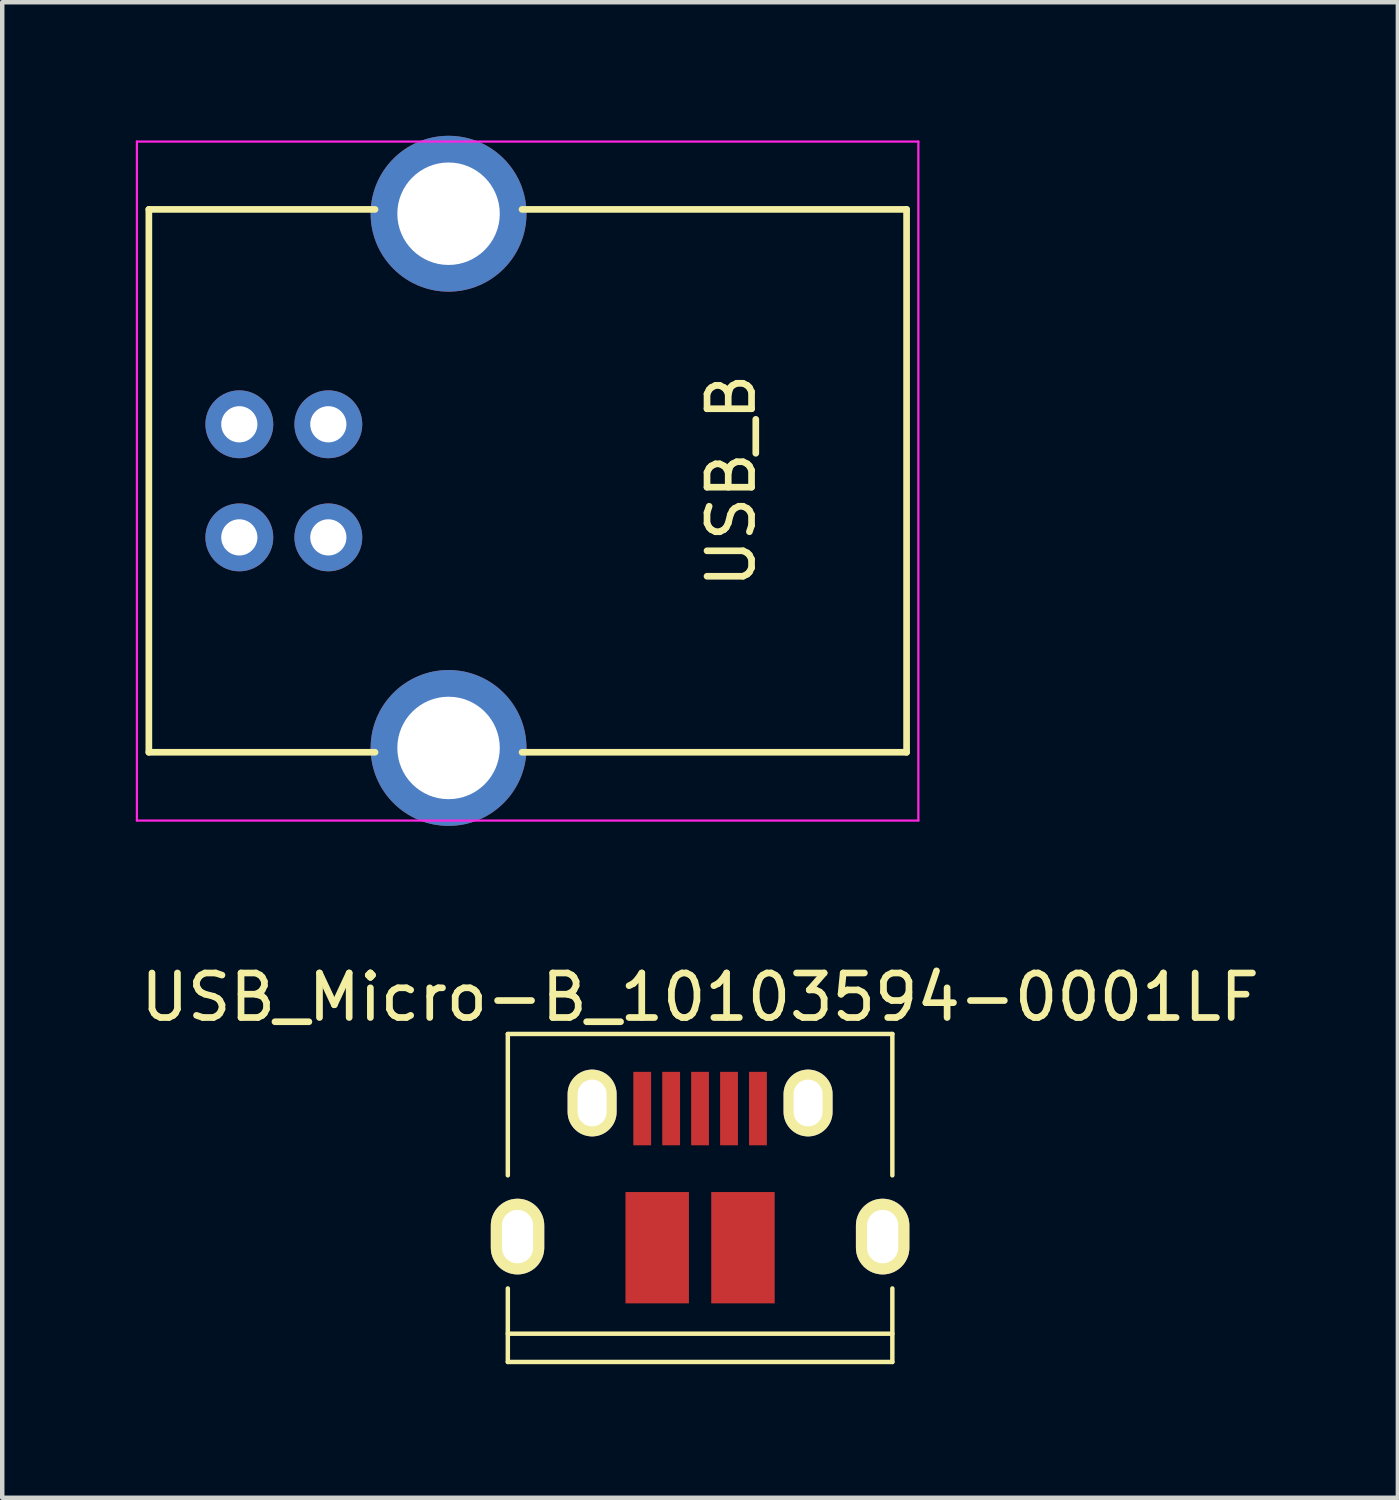
<source format=kicad_pcb>
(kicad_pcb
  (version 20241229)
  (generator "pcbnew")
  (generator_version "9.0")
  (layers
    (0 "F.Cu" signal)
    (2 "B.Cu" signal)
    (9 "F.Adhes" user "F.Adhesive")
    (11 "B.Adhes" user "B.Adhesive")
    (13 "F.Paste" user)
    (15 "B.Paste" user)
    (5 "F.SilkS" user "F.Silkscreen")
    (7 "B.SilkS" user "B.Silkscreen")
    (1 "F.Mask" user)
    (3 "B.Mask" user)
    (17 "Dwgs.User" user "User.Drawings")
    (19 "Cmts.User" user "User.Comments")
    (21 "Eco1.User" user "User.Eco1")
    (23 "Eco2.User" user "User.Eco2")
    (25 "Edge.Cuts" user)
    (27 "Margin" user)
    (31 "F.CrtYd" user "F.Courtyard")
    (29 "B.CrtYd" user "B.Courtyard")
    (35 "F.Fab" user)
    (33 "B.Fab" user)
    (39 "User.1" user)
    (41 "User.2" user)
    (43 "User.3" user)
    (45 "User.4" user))
  (footprint "USB_Micro-B_10103594-0001LF"
    (layer "F.Cu")
    (at 12.673 23.347)
    (property "Reference" "USB_Micro-B_10103594-0001LF" (at 0 -4 0) (layer "F.SilkS") (effects (font (size 1 1) (thickness 0.15))))
    (attr smd)
    (fp_line (start -4.318 -3.175) (end 4.318 -3.175) (stroke (width 0.1) (type solid)) (layer "F.SilkS"))
    (fp_line (start -4.318 0) (end -4.318 -3.175) (stroke (width 0.1) (type solid)) (layer "F.SilkS"))
    (fp_line (start -4.318 2.54) (end -4.318 4.191) (stroke (width 0.1) (type solid)) (layer "F.SilkS"))
    (fp_line (start -4.318 3.556) (end 4.318 3.556) (stroke (width 0.1) (type solid)) (layer "F.SilkS"))
    (fp_line (start -4.318 4.191) (end 4.318 4.191) (stroke (width 0.1) (type solid)) (layer "F.SilkS"))
    (fp_line (start 4.318 0) (end 4.318 -3.175) (stroke (width 0.1) (type solid)) (layer "F.SilkS"))
    (fp_line (start 4.318 2.54) (end 4.318 4.191) (stroke (width 0.1) (type solid)) (layer "F.SilkS"))
    (pad "1" smd rect (at -1.3 -1.5 90) (size 1.65 0.4) (layers "F.Cu" "F.Mask" "F.Paste"))
    (pad "2" smd rect (at -0.65 -1.5 90) (size 1.65 0.4) (layers "F.Cu" "F.Mask" "F.Paste"))
    (pad "3" smd rect (at -0.001 -1.5 90) (size 1.65 0.4) (layers "F.Cu" "F.Mask" "F.Paste"))
    (pad "4" smd rect (at 0.65 -1.5 90) (size 1.65 0.4) (layers "F.Cu" "F.Mask" "F.Paste"))
    (pad "5" smd rect (at 1.3 -1.5 90) (size 1.65 0.4) (layers "F.Cu" "F.Mask" "F.Paste"))
    (pad "6" thru_hole oval (at -4.1 1.375 90) (size 1.7 1.2) (drill oval 1.2 0.7) (layers "*.Cu" "*.Mask" "F.SilkS"))
    (pad "6" thru_hole oval (at -2.425 -1.625 90) (size 1.5 1.1) (drill oval 1.05 0.65) (layers "*.Cu" "*.Mask" "F.SilkS"))
    (pad "6" smd rect (at -0.963 1.625 90) (size 2.5 1.425) (layers "F.Cu" "F.Mask" "F.Paste"))
    (pad "6" smd rect (at 0.963 1.625 90) (size 2.5 1.425) (layers "F.Cu" "F.Mask" "F.Paste"))
    (pad "6" thru_hole oval (at 2.425 -1.625 90) (size 1.5 1.1) (drill oval 1.05 0.65) (layers "*.Cu" "*.Mask" "F.SilkS"))
    (pad "6" thru_hole oval (at 4.1 1.375 90) (size 1.7 1.2) (drill oval 1.2 0.7) (layers "*.Cu" "*.Mask" "F.SilkS")))
  (footprint "USB_B"
    (layer "F.Cu")
    (at 2.325 6.479)
    (property "Reference" "USB_B" (at 11.049 1.27 90) (layer "F.SilkS") (effects (font (size 1 1) (thickness 0.15))))
    (attr through_hole)
    (fp_line (start -2.032 -4.826) (end 3.048 -4.826) (stroke (width 0.15) (type solid)) (layer "F.SilkS"))
    (fp_line (start -2.032 7.366) (end -2.032 -4.826) (stroke (width 0.15) (type solid)) (layer "F.SilkS"))
    (fp_line (start -2.032 7.366) (end 3.048 7.366) (stroke (width 0.15) (type solid)) (layer "F.SilkS"))
    (fp_line (start 6.35 -4.826) (end 14.986 -4.826) (stroke (width 0.15) (type solid)) (layer "F.SilkS"))
    (fp_line (start 6.35 7.366) (end 14.986 7.366) (stroke (width 0.15) (type solid)) (layer "F.SilkS"))
    (fp_line (start 14.986 -4.826) (end 14.986 7.366) (stroke (width 0.15) (type solid)) (layer "F.SilkS"))
    (fp_line (start -2.3 -6.35) (end 15.25 -6.35) (stroke (width 0.05) (type solid)) (layer "F.CrtYd"))
    (fp_line (start -2.3 8.9) (end -2.3 -6.35) (stroke (width 0.05) (type solid)) (layer "F.CrtYd"))
    (fp_line (start 15.25 -6.35) (end 15.25 8.9) (stroke (width 0.05) (type solid)) (layer "F.CrtYd"))
    (fp_line (start 15.25 8.9) (end -2.3 8.9) (stroke (width 0.05) (type solid)) (layer "F.CrtYd"))
    (pad "1" thru_hole circle (at 0 0 270) (size 1.524 1.524) (drill 0.813) (layers "*.Cu" "*.Mask"))
    (pad "2" thru_hole circle (at 0 2.54 270) (size 1.524 1.524) (drill 0.813) (layers "*.Cu" "*.Mask"))
    (pad "3" thru_hole circle (at 1.999 2.54 270) (size 1.524 1.524) (drill 0.813) (layers "*.Cu" "*.Mask"))
    (pad "4" thru_hole circle (at 1.999 0 270) (size 1.524 1.524) (drill 0.813) (layers "*.Cu" "*.Mask"))
    (pad "5" thru_hole circle (at 4.699 -4.729 270) (size 3.5 3.5) (drill 2.301) (layers "*.Cu" "*.Mask"))
    (pad "5" thru_hole circle (at 4.699 7.269 270) (size 3.5 3.5) (drill 2.301) (layers "*.Cu" "*.Mask")))
  (gr_rect
    (start -3 -3)
    (end 28.345 30.588)
    (stroke (width 0.1) (type default))
    (fill no)
    (layer "Edge.Cuts")))
</source>
